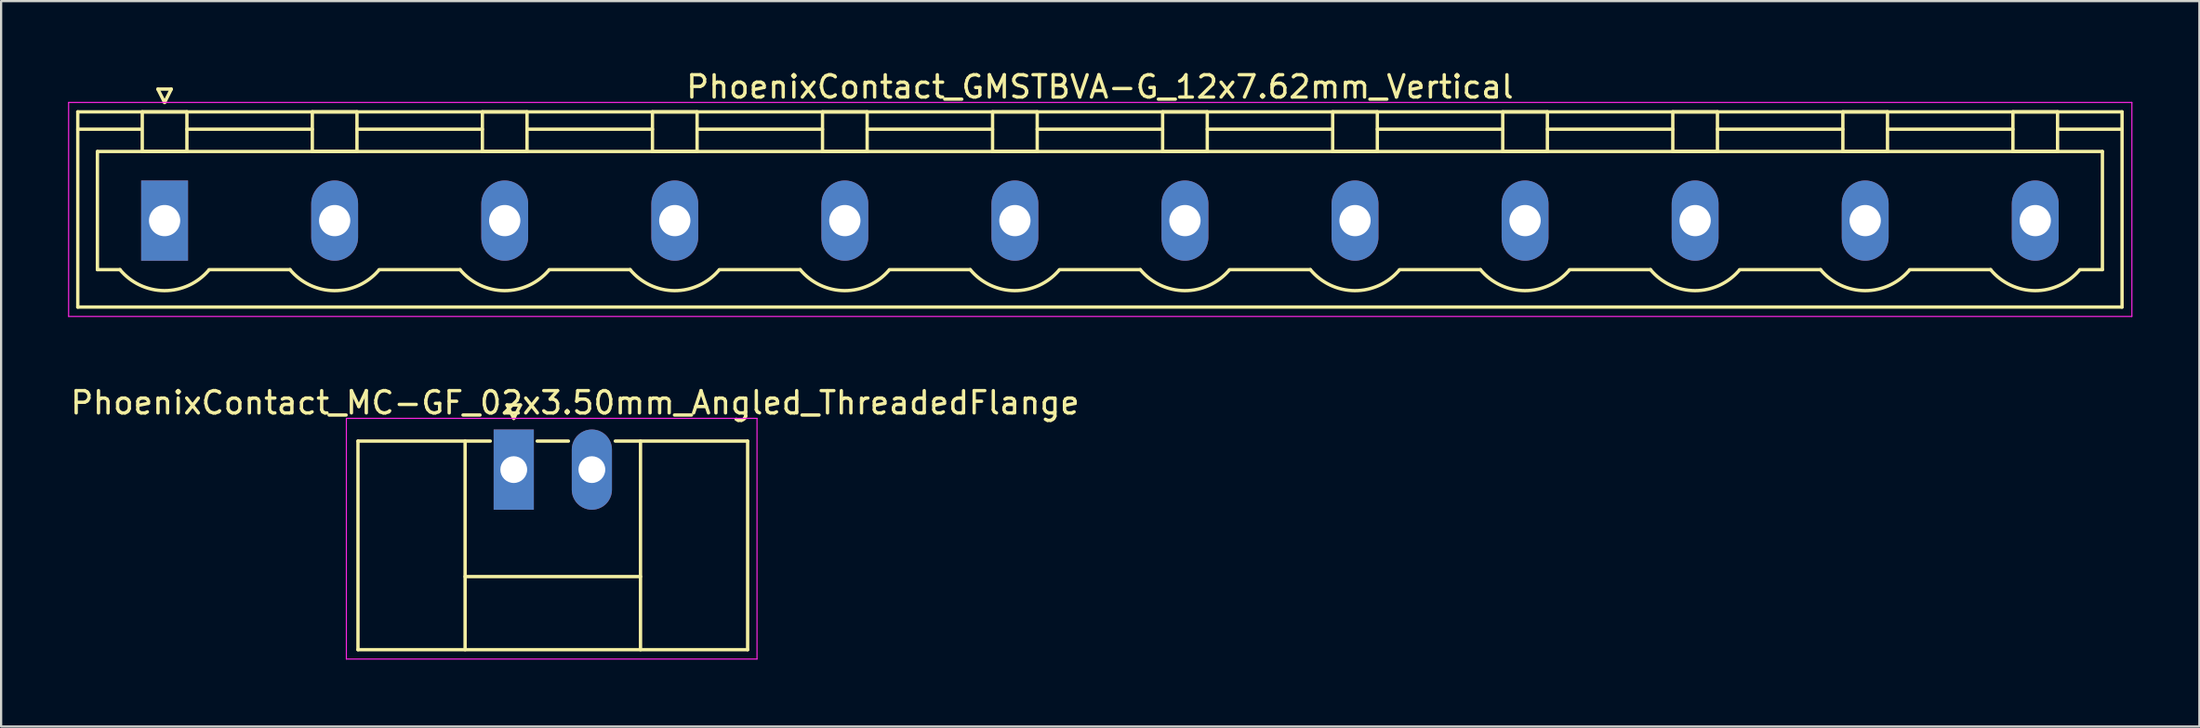
<source format=kicad_pcb>
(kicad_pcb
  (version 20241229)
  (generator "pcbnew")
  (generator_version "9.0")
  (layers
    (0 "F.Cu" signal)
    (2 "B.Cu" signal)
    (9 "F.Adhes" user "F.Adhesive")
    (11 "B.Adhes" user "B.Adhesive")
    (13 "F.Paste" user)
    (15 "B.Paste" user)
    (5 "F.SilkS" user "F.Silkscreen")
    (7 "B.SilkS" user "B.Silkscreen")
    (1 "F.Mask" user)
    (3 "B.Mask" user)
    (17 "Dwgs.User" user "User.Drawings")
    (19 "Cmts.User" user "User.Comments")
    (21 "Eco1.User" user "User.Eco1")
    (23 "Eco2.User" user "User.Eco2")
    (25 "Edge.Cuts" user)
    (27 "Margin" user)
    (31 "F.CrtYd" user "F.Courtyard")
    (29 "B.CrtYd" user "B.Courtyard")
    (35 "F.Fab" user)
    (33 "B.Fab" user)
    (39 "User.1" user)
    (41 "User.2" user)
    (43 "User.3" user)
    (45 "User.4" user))
  (footprint "PhoenixContact_MC-GF_02x3.50mm_Angled_ThreadedFlange"
    (layer "F.Cu")
    (at 19.97 18.021)
    (property "Reference" "PhoenixContact_MC-GF_02x3.50mm_Angled_ThreadedFlange" (at 2.75 -3 0) (layer "F.SilkS") (effects (font (size 1 1) (thickness 0.15))))
    (attr through_hole)
    (fp_line (start -6.98 -1.28) (end -6.98 8.08) (stroke (width 0.15) (type solid)) (layer "F.SilkS"))
    (fp_line (start -6.98 -1.28) (end -1.05 -1.28) (stroke (width 0.15) (type solid)) (layer "F.SilkS"))
    (fp_line (start -6.98 8.08) (end 10.48 8.08) (stroke (width 0.15) (type solid)) (layer "F.SilkS"))
    (fp_line (start -2.18 -1.28) (end -2.18 8.08) (stroke (width 0.15) (type solid)) (layer "F.SilkS"))
    (fp_line (start -2.18 4.8) (end 5.68 4.8) (stroke (width 0.15) (type solid)) (layer "F.SilkS"))
    (fp_line (start -0.3 -2.9) (end 0 -2.3) (stroke (width 0.15) (type solid)) (layer "F.SilkS"))
    (fp_line (start 0 -2.3) (end 0.3 -2.9) (stroke (width 0.15) (type solid)) (layer "F.SilkS"))
    (fp_line (start 0.3 -2.9) (end -0.3 -2.9) (stroke (width 0.15) (type solid)) (layer "F.SilkS"))
    (fp_line (start 1.05 -1.28) (end 2.45 -1.28) (stroke (width 0.15) (type solid)) (layer "F.SilkS"))
    (fp_line (start 5.68 -1.28) (end 5.68 8.08) (stroke (width 0.15) (type solid)) (layer "F.SilkS"))
    (fp_line (start 10.48 -1.28) (end 4.55 -1.28) (stroke (width 0.15) (type solid)) (layer "F.SilkS"))
    (fp_line (start 10.48 8.08) (end 10.48 -1.28) (stroke (width 0.15) (type solid)) (layer "F.SilkS"))
    (fp_line (start -7.5 -2.3) (end -7.5 8.5) (stroke (width 0.05) (type solid)) (layer "F.CrtYd"))
    (fp_line (start -7.5 8.5) (end 10.9 8.5) (stroke (width 0.05) (type solid)) (layer "F.CrtYd"))
    (fp_line (start 10.9 -2.3) (end -7.5 -2.3) (stroke (width 0.05) (type solid)) (layer "F.CrtYd"))
    (fp_line (start 10.9 8.5) (end 10.9 -2.3) (stroke (width 0.05) (type solid)) (layer "F.CrtYd"))
    (pad "1" thru_hole rect (at 0 0) (size 1.8 3.6) (drill 1.2) (layers "*.Cu" "*.Mask"))
    (pad "2" thru_hole oval (at 3.5 0) (size 1.8 3.6) (drill 1.2) (layers "*.Cu" "*.Mask")))
  (footprint "PhoenixContact_GMSTBVA-G_12x7.62mm_Vertical"
    (layer "F.Cu")
    (at 4.325 6.848)
    (property "Reference" "PhoenixContact_GMSTBVA-G_12x7.62mm_Vertical" (at 41.91 -6 0) (layer "F.SilkS") (effects (font (size 1 1) (thickness 0.15))))
    (attr through_hole)
    (fp_line (start -3.89 -4.88) (end -3.89 3.88) (stroke (width 0.15) (type solid)) (layer "F.SilkS"))
    (fp_line (start -3.89 -4.1) (end -1.08 -4.1) (stroke (width 0.15) (type solid)) (layer "F.SilkS"))
    (fp_line (start -3.89 3.88) (end 87.71 3.88) (stroke (width 0.15) (type solid)) (layer "F.SilkS"))
    (fp_line (start -3.01 -3.1) (end 86.83 -3.1) (stroke (width 0.15) (type solid)) (layer "F.SilkS"))
    (fp_line (start -3.01 2.2) (end -3.01 -3.1) (stroke (width 0.15) (type solid)) (layer "F.SilkS"))
    (fp_line (start -2 2.2) (end -3.01 2.2) (stroke (width 0.15) (type solid)) (layer "F.SilkS"))
    (fp_line (start -1 -4.88) (end 1 -4.88) (stroke (width 0.15) (type solid)) (layer "F.SilkS"))
    (fp_line (start -1 -3.1) (end -1 -4.88) (stroke (width 0.15) (type solid)) (layer "F.SilkS"))
    (fp_line (start -0.3 -5.9) (end 0 -5.3) (stroke (width 0.15) (type solid)) (layer "F.SilkS"))
    (fp_line (start 0 -5.3) (end 0.3 -5.9) (stroke (width 0.15) (type solid)) (layer "F.SilkS"))
    (fp_line (start 0.3 -5.9) (end -0.3 -5.9) (stroke (width 0.15) (type solid)) (layer "F.SilkS"))
    (fp_line (start 1 -4.88) (end 1 -3.1) (stroke (width 0.15) (type solid)) (layer "F.SilkS"))
    (fp_line (start 1 -4.1) (end 6.62 -4.1) (stroke (width 0.15) (type solid)) (layer "F.SilkS"))
    (fp_line (start 1 -3.1) (end -1 -3.1) (stroke (width 0.15) (type solid)) (layer "F.SilkS"))
    (fp_line (start 2 2.2) (end 5.62 2.2) (stroke (width 0.15) (type solid)) (layer "F.SilkS"))
    (fp_line (start 6.62 -4.88) (end 8.62 -4.88) (stroke (width 0.15) (type solid)) (layer "F.SilkS"))
    (fp_line (start 6.62 -3.1) (end 6.62 -4.88) (stroke (width 0.15) (type solid)) (layer "F.SilkS"))
    (fp_line (start 8.62 -4.88) (end 8.62 -3.1) (stroke (width 0.15) (type solid)) (layer "F.SilkS"))
    (fp_line (start 8.62 -4.1) (end 14.24 -4.1) (stroke (width 0.15) (type solid)) (layer "F.SilkS"))
    (fp_line (start 8.62 -3.1) (end 6.62 -3.1) (stroke (width 0.15) (type solid)) (layer "F.SilkS"))
    (fp_line (start 9.62 2.2) (end 13.24 2.2) (stroke (width 0.15) (type solid)) (layer "F.SilkS"))
    (fp_line (start 14.24 -4.88) (end 16.24 -4.88) (stroke (width 0.15) (type solid)) (layer "F.SilkS"))
    (fp_line (start 14.24 -3.1) (end 14.24 -4.88) (stroke (width 0.15) (type solid)) (layer "F.SilkS"))
    (fp_line (start 16.24 -4.88) (end 16.24 -3.1) (stroke (width 0.15) (type solid)) (layer "F.SilkS"))
    (fp_line (start 16.24 -4.1) (end 21.86 -4.1) (stroke (width 0.15) (type solid)) (layer "F.SilkS"))
    (fp_line (start 16.24 -3.1) (end 14.24 -3.1) (stroke (width 0.15) (type solid)) (layer "F.SilkS"))
    (fp_line (start 17.24 2.2) (end 20.86 2.2) (stroke (width 0.15) (type solid)) (layer "F.SilkS"))
    (fp_line (start 21.86 -4.88) (end 23.86 -4.88) (stroke (width 0.15) (type solid)) (layer "F.SilkS"))
    (fp_line (start 21.86 -3.1) (end 21.86 -4.88) (stroke (width 0.15) (type solid)) (layer "F.SilkS"))
    (fp_line (start 23.86 -4.88) (end 23.86 -3.1) (stroke (width 0.15) (type solid)) (layer "F.SilkS"))
    (fp_line (start 23.86 -4.1) (end 29.48 -4.1) (stroke (width 0.15) (type solid)) (layer "F.SilkS"))
    (fp_line (start 23.86 -3.1) (end 21.86 -3.1) (stroke (width 0.15) (type solid)) (layer "F.SilkS"))
    (fp_line (start 24.86 2.2) (end 28.48 2.2) (stroke (width 0.15) (type solid)) (layer "F.SilkS"))
    (fp_line (start 29.48 -4.88) (end 31.48 -4.88) (stroke (width 0.15) (type solid)) (layer "F.SilkS"))
    (fp_line (start 29.48 -3.1) (end 29.48 -4.88) (stroke (width 0.15) (type solid)) (layer "F.SilkS"))
    (fp_line (start 31.48 -4.88) (end 31.48 -3.1) (stroke (width 0.15) (type solid)) (layer "F.SilkS"))
    (fp_line (start 31.48 -4.1) (end 37.1 -4.1) (stroke (width 0.15) (type solid)) (layer "F.SilkS"))
    (fp_line (start 31.48 -3.1) (end 29.48 -3.1) (stroke (width 0.15) (type solid)) (layer "F.SilkS"))
    (fp_line (start 32.48 2.2) (end 36.1 2.2) (stroke (width 0.15) (type solid)) (layer "F.SilkS"))
    (fp_line (start 37.1 -4.88) (end 39.1 -4.88) (stroke (width 0.15) (type solid)) (layer "F.SilkS"))
    (fp_line (start 37.1 -3.1) (end 37.1 -4.88) (stroke (width 0.15) (type solid)) (layer "F.SilkS"))
    (fp_line (start 39.1 -4.88) (end 39.1 -3.1) (stroke (width 0.15) (type solid)) (layer "F.SilkS"))
    (fp_line (start 39.1 -4.1) (end 44.72 -4.1) (stroke (width 0.15) (type solid)) (layer "F.SilkS"))
    (fp_line (start 39.1 -3.1) (end 37.1 -3.1) (stroke (width 0.15) (type solid)) (layer "F.SilkS"))
    (fp_line (start 40.1 2.2) (end 43.72 2.2) (stroke (width 0.15) (type solid)) (layer "F.SilkS"))
    (fp_line (start 44.72 -4.88) (end 46.72 -4.88) (stroke (width 0.15) (type solid)) (layer "F.SilkS"))
    (fp_line (start 44.72 -3.1) (end 44.72 -4.88) (stroke (width 0.15) (type solid)) (layer "F.SilkS"))
    (fp_line (start 46.72 -4.88) (end 46.72 -3.1) (stroke (width 0.15) (type solid)) (layer "F.SilkS"))
    (fp_line (start 46.72 -4.1) (end 52.34 -4.1) (stroke (width 0.15) (type solid)) (layer "F.SilkS"))
    (fp_line (start 46.72 -3.1) (end 44.72 -3.1) (stroke (width 0.15) (type solid)) (layer "F.SilkS"))
    (fp_line (start 47.72 2.2) (end 51.34 2.2) (stroke (width 0.15) (type solid)) (layer "F.SilkS"))
    (fp_line (start 52.34 -4.88) (end 54.34 -4.88) (stroke (width 0.15) (type solid)) (layer "F.SilkS"))
    (fp_line (start 52.34 -3.1) (end 52.34 -4.88) (stroke (width 0.15) (type solid)) (layer "F.SilkS"))
    (fp_line (start 54.34 -4.88) (end 54.34 -3.1) (stroke (width 0.15) (type solid)) (layer "F.SilkS"))
    (fp_line (start 54.34 -4.1) (end 59.96 -4.1) (stroke (width 0.15) (type solid)) (layer "F.SilkS"))
    (fp_line (start 54.34 -3.1) (end 52.34 -3.1) (stroke (width 0.15) (type solid)) (layer "F.SilkS"))
    (fp_line (start 55.34 2.2) (end 58.96 2.2) (stroke (width 0.15) (type solid)) (layer "F.SilkS"))
    (fp_line (start 59.96 -4.88) (end 61.96 -4.88) (stroke (width 0.15) (type solid)) (layer "F.SilkS"))
    (fp_line (start 59.96 -3.1) (end 59.96 -4.88) (stroke (width 0.15) (type solid)) (layer "F.SilkS"))
    (fp_line (start 61.96 -4.88) (end 61.96 -3.1) (stroke (width 0.15) (type solid)) (layer "F.SilkS"))
    (fp_line (start 61.96 -4.1) (end 67.58 -4.1) (stroke (width 0.15) (type solid)) (layer "F.SilkS"))
    (fp_line (start 61.96 -3.1) (end 59.96 -3.1) (stroke (width 0.15) (type solid)) (layer "F.SilkS"))
    (fp_line (start 62.96 2.2) (end 66.58 2.2) (stroke (width 0.15) (type solid)) (layer "F.SilkS"))
    (fp_line (start 67.58 -4.88) (end 69.58 -4.88) (stroke (width 0.15) (type solid)) (layer "F.SilkS"))
    (fp_line (start 67.58 -3.1) (end 67.58 -4.88) (stroke (width 0.15) (type solid)) (layer "F.SilkS"))
    (fp_line (start 69.58 -4.88) (end 69.58 -3.1) (stroke (width 0.15) (type solid)) (layer "F.SilkS"))
    (fp_line (start 69.58 -4.1) (end 75.2 -4.1) (stroke (width 0.15) (type solid)) (layer "F.SilkS"))
    (fp_line (start 69.58 -3.1) (end 67.58 -3.1) (stroke (width 0.15) (type solid)) (layer "F.SilkS"))
    (fp_line (start 70.58 2.2) (end 74.2 2.2) (stroke (width 0.15) (type solid)) (layer "F.SilkS"))
    (fp_line (start 75.2 -4.88) (end 77.2 -4.88) (stroke (width 0.15) (type solid)) (layer "F.SilkS"))
    (fp_line (start 75.2 -3.1) (end 75.2 -4.88) (stroke (width 0.15) (type solid)) (layer "F.SilkS"))
    (fp_line (start 77.2 -4.88) (end 77.2 -3.1) (stroke (width 0.15) (type solid)) (layer "F.SilkS"))
    (fp_line (start 77.2 -4.1) (end 82.82 -4.1) (stroke (width 0.15) (type solid)) (layer "F.SilkS"))
    (fp_line (start 77.2 -3.1) (end 75.2 -3.1) (stroke (width 0.15) (type solid)) (layer "F.SilkS"))
    (fp_line (start 78.2 2.2) (end 81.82 2.2) (stroke (width 0.15) (type solid)) (layer "F.SilkS"))
    (fp_line (start 82.82 -4.88) (end 84.82 -4.88) (stroke (width 0.15) (type solid)) (layer "F.SilkS"))
    (fp_line (start 82.82 -3.1) (end 82.82 -4.88) (stroke (width 0.15) (type solid)) (layer "F.SilkS"))
    (fp_line (start 84.82 -4.88) (end 84.82 -3.1) (stroke (width 0.15) (type solid)) (layer "F.SilkS"))
    (fp_line (start 84.82 -3.1) (end 82.82 -3.1) (stroke (width 0.15) (type solid)) (layer "F.SilkS"))
    (fp_line (start 86.83 -3.1) (end 86.83 2.2) (stroke (width 0.15) (type solid)) (layer "F.SilkS"))
    (fp_line (start 86.83 2.2) (end 85.82 2.2) (stroke (width 0.15) (type solid)) (layer "F.SilkS"))
    (fp_line (start 87.71 -4.88) (end -3.89 -4.88) (stroke (width 0.15) (type solid)) (layer "F.SilkS"))
    (fp_line (start 87.71 -4.1) (end 84.9 -4.1) (stroke (width 0.15) (type solid)) (layer "F.SilkS"))
    (fp_line (start 87.71 3.88) (end 87.71 -4.88) (stroke (width 0.15) (type solid)) (layer "F.SilkS"))
    (fp_arc (start 1.986842 2.215821) (mid -0.010289 3.142758) (end -2 2.2) (stroke (width 0.15) (type solid)) (layer "F.SilkS"))
    (fp_arc (start 9.606842 2.215821) (mid 7.609711 3.142758) (end 5.62 2.2) (stroke (width 0.15) (type solid)) (layer "F.SilkS"))
    (fp_arc (start 17.226842 2.215821) (mid 15.229711 3.142758) (end 13.24 2.2) (stroke (width 0.15) (type solid)) (layer "F.SilkS"))
    (fp_arc (start 24.846842 2.215821) (mid 22.849711 3.142758) (end 20.86 2.2) (stroke (width 0.15) (type solid)) (layer "F.SilkS"))
    (fp_arc (start 32.466842 2.215821) (mid 30.469711 3.142758) (end 28.48 2.2) (stroke (width 0.15) (type solid)) (layer "F.SilkS"))
    (fp_arc (start 40.086842 2.215821) (mid 38.089711 3.142758) (end 36.1 2.2) (stroke (width 0.15) (type solid)) (layer "F.SilkS"))
    (fp_arc (start 47.706842 2.215821) (mid 45.709711 3.142758) (end 43.72 2.2) (stroke (width 0.15) (type solid)) (layer "F.SilkS"))
    (fp_arc (start 55.326842 2.215821) (mid 53.329711 3.142758) (end 51.34 2.2) (stroke (width 0.15) (type solid)) (layer "F.SilkS"))
    (fp_arc (start 62.946842 2.215821) (mid 60.949711 3.142758) (end 58.96 2.2) (stroke (width 0.15) (type solid)) (layer "F.SilkS"))
    (fp_arc (start 70.566842 2.215821) (mid 68.569711 3.142758) (end 66.58 2.2) (stroke (width 0.15) (type solid)) (layer "F.SilkS"))
    (fp_arc (start 78.186842 2.215821) (mid 76.189711 3.142758) (end 74.2 2.2) (stroke (width 0.15) (type solid)) (layer "F.SilkS"))
    (fp_arc (start 85.806842 2.215821) (mid 83.809711 3.142758) (end 81.82 2.2) (stroke (width 0.15) (type solid)) (layer "F.SilkS"))
    (fp_line (start -4.3 -5.3) (end -4.3 4.3) (stroke (width 0.05) (type solid)) (layer "F.CrtYd"))
    (fp_line (start -4.3 4.3) (end 88.15 4.3) (stroke (width 0.05) (type solid)) (layer "F.CrtYd"))
    (fp_line (start 88.15 -5.3) (end -4.3 -5.3) (stroke (width 0.05) (type solid)) (layer "F.CrtYd"))
    (fp_line (start 88.15 4.3) (end 88.15 -5.3) (stroke (width 0.05) (type solid)) (layer "F.CrtYd"))
    (pad "1" thru_hole rect (at 0 0) (size 2.1 3.6) (drill 1.4) (layers "*.Cu" "*.Mask"))
    (pad "2" thru_hole oval (at 7.62 0) (size 2.1 3.6) (drill 1.4) (layers "*.Cu" "*.Mask"))
    (pad "3" thru_hole oval (at 15.24 0) (size 2.1 3.6) (drill 1.4) (layers "*.Cu" "*.Mask"))
    (pad "4" thru_hole oval (at 22.86 0) (size 2.1 3.6) (drill 1.4) (layers "*.Cu" "*.Mask"))
    (pad "5" thru_hole oval (at 30.48 0) (size 2.1 3.6) (drill 1.4) (layers "*.Cu" "*.Mask"))
    (pad "6" thru_hole oval (at 38.1 0) (size 2.1 3.6) (drill 1.4) (layers "*.Cu" "*.Mask"))
    (pad "7" thru_hole oval (at 45.72 0) (size 2.1 3.6) (drill 1.4) (layers "*.Cu" "*.Mask"))
    (pad "8" thru_hole oval (at 53.34 0) (size 2.1 3.6) (drill 1.4) (layers "*.Cu" "*.Mask"))
    (pad "9" thru_hole oval (at 60.96 0) (size 2.1 3.6) (drill 1.4) (layers "*.Cu" "*.Mask"))
    (pad "10" thru_hole oval (at 68.58 0) (size 2.1 3.6) (drill 1.4) (layers "*.Cu" "*.Mask"))
    (pad "11" thru_hole oval (at 76.2 0) (size 2.1 3.6) (drill 1.4) (layers "*.Cu" "*.Mask"))
    (pad "12" thru_hole oval (at 83.82 0) (size 2.1 3.6) (drill 1.4) (layers "*.Cu" "*.Mask")))
  (gr_rect
    (start -3 -3)
    (end 95.5 29.547)
    (stroke (width 0.1) (type default))
    (fill no)
    (layer "Edge.Cuts")))
</source>
